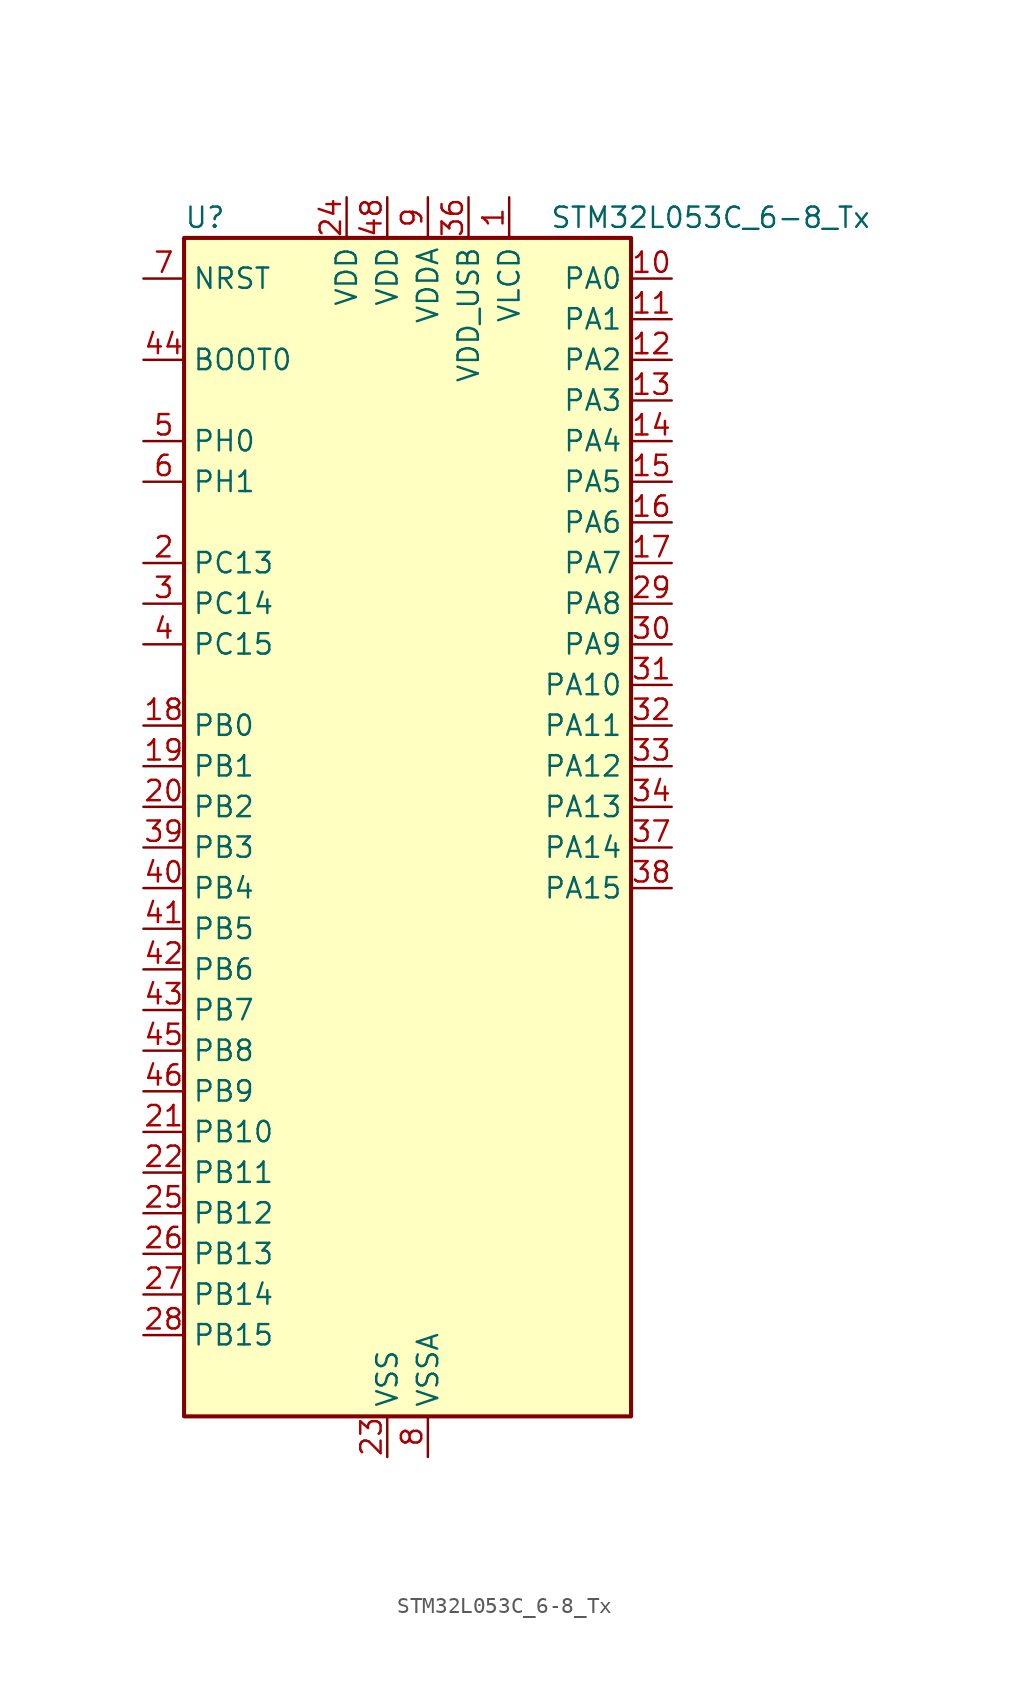
<source format=kicad_sym>
(kicad_symbol_lib
  (version 20231120)
  (generator "kicad_symbol_editor")
  (generator_version "8.0")
  (symbol "STM32L053C_6-8_Tx"
    (property "Reference" "U"
      (at -12.7 39.37 0)
      (effects (font (size 1.27 1.27)) (justify left)))
    (property "Value" "STM32L053C_6-8_Tx"
      (at 10.16 39.37 0)
      (effects (font (size 1.27 1.27)) (justify left)))
    (property "ki_locked" ""
      (at 0 0 0)
      (effects (font (size 1.27 1.27))))
    (symbol "STM32L053C_6-8_Tx_0_1"
      (rectangle (start -12.7 -35.56) (end 15.24 38.1) (stroke (width 0.254) (type default)) (fill (type background))))
    (symbol "STM32L053C_6-8_Tx_1_1"
      (pin power_in line (at 7.62 40.64 270) (length 2.54) (name "VLCD" (effects (font (size 1.27 1.27)))) (number "1" (effects (font (size 1.27 1.27)))))
      (pin bidirectional line (at 17.78 35.56 180) (length 2.54) (name "PA0" (effects (font (size 1.27 1.27)))) (number "10" (effects (font (size 1.27 1.27)))) (alternate "ADC_IN0" bidirectional line) (alternate "COMP1_INM" bidirectional line) (alternate "COMP1_OUT" bidirectional line) (alternate "RTC_TAMP2" bidirectional line) (alternate "SYS_WKUP1" bidirectional line) (alternate "TIM2_CH1" bidirectional line) (alternate "TIM2_ETR" bidirectional line) (alternate "TSC_G1_IO1" bidirectional line) (alternate "USART2_CTS" bidirectional line))
      (pin bidirectional line (at 17.78 33.02 180) (length 2.54) (name "PA1" (effects (font (size 1.27 1.27)))) (number "11" (effects (font (size 1.27 1.27)))) (alternate "ADC_IN1" bidirectional line) (alternate "COMP1_INP" bidirectional line) (alternate "LCD_SEG0" bidirectional line) (alternate "TIM21_ETR" bidirectional line) (alternate "TIM2_CH2" bidirectional line) (alternate "TSC_G1_IO2" bidirectional line) (alternate "USART2_DE" bidirectional line) (alternate "USART2_RTS" bidirectional line))
      (pin bidirectional line (at 17.78 30.48 180) (length 2.54) (name "PA2" (effects (font (size 1.27 1.27)))) (number "12" (effects (font (size 1.27 1.27)))) (alternate "ADC_IN2" bidirectional line) (alternate "COMP2_INM" bidirectional line) (alternate "COMP2_OUT" bidirectional line) (alternate "LCD_SEG1" bidirectional line) (alternate "TIM21_CH1" bidirectional line) (alternate "TIM2_CH3" bidirectional line) (alternate "TSC_G1_IO3" bidirectional line) (alternate "USART2_TX" bidirectional line))
      (pin bidirectional line (at 17.78 27.94 180) (length 2.54) (name "PA3" (effects (font (size 1.27 1.27)))) (number "13" (effects (font (size 1.27 1.27)))) (alternate "ADC_IN3" bidirectional line) (alternate "COMP2_INP" bidirectional line) (alternate "LCD_SEG2" bidirectional line) (alternate "TIM21_CH2" bidirectional line) (alternate "TIM2_CH4" bidirectional line) (alternate "TSC_G1_IO4" bidirectional line) (alternate "USART2_RX" bidirectional line))
      (pin bidirectional line (at 17.78 25.4 180) (length 2.54) (name "PA4" (effects (font (size 1.27 1.27)))) (number "14" (effects (font (size 1.27 1.27)))) (alternate "ADC_IN4" bidirectional line) (alternate "COMP1_INM" bidirectional line) (alternate "COMP2_INM" bidirectional line) (alternate "DAC_OUT1" bidirectional line) (alternate "SPI1_NSS" bidirectional line) (alternate "TIM22_ETR" bidirectional line) (alternate "TSC_G2_IO1" bidirectional line) (alternate "USART2_CK" bidirectional line))
      (pin bidirectional line (at 17.78 22.86 180) (length 2.54) (name "PA5" (effects (font (size 1.27 1.27)))) (number "15" (effects (font (size 1.27 1.27)))) (alternate "ADC_IN5" bidirectional line) (alternate "COMP1_INM" bidirectional line) (alternate "COMP2_INM" bidirectional line) (alternate "SPI1_SCK" bidirectional line) (alternate "TIM2_CH1" bidirectional line) (alternate "TIM2_ETR" bidirectional line) (alternate "TSC_G2_IO2" bidirectional line))
      (pin bidirectional line (at 17.78 20.32 180) (length 2.54) (name "PA6" (effects (font (size 1.27 1.27)))) (number "16" (effects (font (size 1.27 1.27)))) (alternate "ADC_IN6" bidirectional line) (alternate "COMP1_OUT" bidirectional line) (alternate "LCD_SEG3" bidirectional line) (alternate "LPUART1_CTS" bidirectional line) (alternate "SPI1_MISO" bidirectional line) (alternate "TIM22_CH1" bidirectional line) (alternate "TSC_G2_IO3" bidirectional line))
      (pin bidirectional line (at 17.78 17.78 180) (length 2.54) (name "PA7" (effects (font (size 1.27 1.27)))) (number "17" (effects (font (size 1.27 1.27)))) (alternate "ADC_IN7" bidirectional line) (alternate "COMP2_OUT" bidirectional line) (alternate "LCD_SEG4" bidirectional line) (alternate "SPI1_MOSI" bidirectional line) (alternate "TIM22_CH2" bidirectional line) (alternate "TSC_G2_IO4" bidirectional line))
      (pin bidirectional line (at -15.24 7.62 0) (length 2.54) (name "PB0" (effects (font (size 1.27 1.27)))) (number "18" (effects (font (size 1.27 1.27)))) (alternate "ADC_IN8" bidirectional line) (alternate "LCD_SEG5" bidirectional line) (alternate "LCD_VLCD3" bidirectional line) (alternate "SYS_VREF_OUT_PB0" bidirectional line) (alternate "TSC_G3_IO2" bidirectional line))
      (pin bidirectional line (at -15.24 5.08 0) (length 2.54) (name "PB1" (effects (font (size 1.27 1.27)))) (number "19" (effects (font (size 1.27 1.27)))) (alternate "ADC_IN9" bidirectional line) (alternate "LCD_SEG6" bidirectional line) (alternate "LPUART1_DE" bidirectional line) (alternate "LPUART1_RTS" bidirectional line) (alternate "SYS_VREF_OUT_PB1" bidirectional line) (alternate "TSC_G3_IO3" bidirectional line))
      (pin bidirectional line (at -15.24 17.78 0) (length 2.54) (name "PC13" (effects (font (size 1.27 1.27)))) (number "2" (effects (font (size 1.27 1.27)))) (alternate "RTC_OUT_ALARM" bidirectional line) (alternate "RTC_OUT_CALIB" bidirectional line) (alternate "RTC_TAMP1" bidirectional line) (alternate "RTC_TS" bidirectional line) (alternate "SYS_WKUP2" bidirectional line))
      (pin bidirectional line (at -15.24 2.54 0) (length 2.54) (name "PB2" (effects (font (size 1.27 1.27)))) (number "20" (effects (font (size 1.27 1.27)))) (alternate "LCD_VLCD2" bidirectional line) (alternate "LPTIM1_OUT" bidirectional line) (alternate "TSC_G3_IO4" bidirectional line))
      (pin bidirectional line (at -15.24 -17.78 0) (length 2.54) (name "PB10" (effects (font (size 1.27 1.27)))) (number "21" (effects (font (size 1.27 1.27)))) (alternate "I2C2_SCL" bidirectional line) (alternate "LCD_SEG10" bidirectional line) (alternate "LPUART1_TX" bidirectional line) (alternate "SPI2_SCK" bidirectional line) (alternate "TIM2_CH3" bidirectional line) (alternate "TSC_SYNC" bidirectional line))
      (pin bidirectional line (at -15.24 -20.32 0) (length 2.54) (name "PB11" (effects (font (size 1.27 1.27)))) (number "22" (effects (font (size 1.27 1.27)))) (alternate "ADC_EXTI11" bidirectional line) (alternate "I2C2_SDA" bidirectional line) (alternate "LCD_SEG11" bidirectional line) (alternate "LPUART1_RX" bidirectional line) (alternate "TIM2_CH4" bidirectional line) (alternate "TSC_G6_IO1" bidirectional line))
      (pin power_in line (at 0 -38.1 90) (length 2.54) (name "VSS" (effects (font (size 1.27 1.27)))) (number "23" (effects (font (size 1.27 1.27)))))
      (pin power_in line (at -2.54 40.64 270) (length 2.54) (name "VDD" (effects (font (size 1.27 1.27)))) (number "24" (effects (font (size 1.27 1.27)))))
      (pin bidirectional line (at -15.24 -22.86 0) (length 2.54) (name "PB12" (effects (font (size 1.27 1.27)))) (number "25" (effects (font (size 1.27 1.27)))) (alternate "I2S2_WS" bidirectional line) (alternate "LCD_SEG12" bidirectional line) (alternate "LCD_VLCD1" bidirectional line) (alternate "LPUART1_DE" bidirectional line) (alternate "LPUART1_RTS" bidirectional line) (alternate "SPI2_NSS" bidirectional line) (alternate "TSC_G6_IO2" bidirectional line))
      (pin bidirectional line (at -15.24 -25.4 0) (length 2.54) (name "PB13" (effects (font (size 1.27 1.27)))) (number "26" (effects (font (size 1.27 1.27)))) (alternate "I2C2_SCL" bidirectional line) (alternate "I2S2_CK" bidirectional line) (alternate "LCD_SEG13" bidirectional line) (alternate "LPUART1_CTS" bidirectional line) (alternate "SPI2_SCK" bidirectional line) (alternate "TIM21_CH1" bidirectional line) (alternate "TSC_G6_IO3" bidirectional line))
      (pin bidirectional line (at -15.24 -27.94 0) (length 2.54) (name "PB14" (effects (font (size 1.27 1.27)))) (number "27" (effects (font (size 1.27 1.27)))) (alternate "I2C2_SDA" bidirectional line) (alternate "I2S2_MCK" bidirectional line) (alternate "LCD_SEG14" bidirectional line) (alternate "LPUART1_DE" bidirectional line) (alternate "LPUART1_RTS" bidirectional line) (alternate "RTC_OUT_ALARM" bidirectional line) (alternate "RTC_OUT_CALIB" bidirectional line) (alternate "SPI2_MISO" bidirectional line) (alternate "TIM21_CH2" bidirectional line) (alternate "TSC_G6_IO4" bidirectional line))
      (pin bidirectional line (at -15.24 -30.48 0) (length 2.54) (name "PB15" (effects (font (size 1.27 1.27)))) (number "28" (effects (font (size 1.27 1.27)))) (alternate "I2S2_SD" bidirectional line) (alternate "LCD_SEG15" bidirectional line) (alternate "RTC_REFIN" bidirectional line) (alternate "SPI2_MOSI" bidirectional line))
      (pin bidirectional line (at 17.78 15.24 180) (length 2.54) (name "PA8" (effects (font (size 1.27 1.27)))) (number "29" (effects (font (size 1.27 1.27)))) (alternate "CRS_SYNC" bidirectional line) (alternate "LCD_COM0" bidirectional line) (alternate "RCC_MCO" bidirectional line) (alternate "USART1_CK" bidirectional line))
      (pin bidirectional line (at -15.24 15.24 0) (length 2.54) (name "PC14" (effects (font (size 1.27 1.27)))) (number "3" (effects (font (size 1.27 1.27)))) (alternate "RCC_OSC32_IN" bidirectional line))
      (pin bidirectional line (at 17.78 12.7 180) (length 2.54) (name "PA9" (effects (font (size 1.27 1.27)))) (number "30" (effects (font (size 1.27 1.27)))) (alternate "DAC_EXTI9" bidirectional line) (alternate "LCD_COM1" bidirectional line) (alternate "RCC_MCO" bidirectional line) (alternate "TSC_G4_IO1" bidirectional line) (alternate "USART1_TX" bidirectional line))
      (pin bidirectional line (at 17.78 10.16 180) (length 2.54) (name "PA10" (effects (font (size 1.27 1.27)))) (number "31" (effects (font (size 1.27 1.27)))) (alternate "LCD_COM2" bidirectional line) (alternate "TSC_G4_IO2" bidirectional line) (alternate "USART1_RX" bidirectional line))
      (pin bidirectional line (at 17.78 7.62 180) (length 2.54) (name "PA11" (effects (font (size 1.27 1.27)))) (number "32" (effects (font (size 1.27 1.27)))) (alternate "ADC_EXTI11" bidirectional line) (alternate "COMP1_OUT" bidirectional line) (alternate "SPI1_MISO" bidirectional line) (alternate "TSC_G4_IO3" bidirectional line) (alternate "USART1_CTS" bidirectional line) (alternate "USB_DM" bidirectional line))
      (pin bidirectional line (at 17.78 5.08 180) (length 2.54) (name "PA12" (effects (font (size 1.27 1.27)))) (number "33" (effects (font (size 1.27 1.27)))) (alternate "COMP2_OUT" bidirectional line) (alternate "SPI1_MOSI" bidirectional line) (alternate "TSC_G4_IO4" bidirectional line) (alternate "USART1_DE" bidirectional line) (alternate "USART1_RTS" bidirectional line) (alternate "USB_DP" bidirectional line))
      (pin bidirectional line (at 17.78 2.54 180) (length 2.54) (name "PA13" (effects (font (size 1.27 1.27)))) (number "34" (effects (font (size 1.27 1.27)))) (alternate "SYS_SWDIO" bidirectional line) (alternate "USB_NOE" bidirectional line))
      (pin passive line (at 0 -38.1 90) (length 2.54) hide (name "VSS" (effects (font (size 1.27 1.27)))) (number "35" (effects (font (size 1.27 1.27)))))
      (pin power_in line (at 5.08 40.64 270) (length 2.54) (name "VDD_USB" (effects (font (size 1.27 1.27)))) (number "36" (effects (font (size 1.27 1.27)))))
      (pin bidirectional line (at 17.78 0 180) (length 2.54) (name "PA14" (effects (font (size 1.27 1.27)))) (number "37" (effects (font (size 1.27 1.27)))) (alternate "SYS_SWCLK" bidirectional line) (alternate "USART2_TX" bidirectional line))
      (pin bidirectional line (at 17.78 -2.54 180) (length 2.54) (name "PA15" (effects (font (size 1.27 1.27)))) (number "38" (effects (font (size 1.27 1.27)))) (alternate "LCD_SEG17" bidirectional line) (alternate "SPI1_NSS" bidirectional line) (alternate "TIM2_CH1" bidirectional line) (alternate "TIM2_ETR" bidirectional line) (alternate "USART2_RX" bidirectional line))
      (pin bidirectional line (at -15.24 0 0) (length 2.54) (name "PB3" (effects (font (size 1.27 1.27)))) (number "39" (effects (font (size 1.27 1.27)))) (alternate "COMP2_INM" bidirectional line) (alternate "LCD_SEG7" bidirectional line) (alternate "SPI1_SCK" bidirectional line) (alternate "TIM2_CH2" bidirectional line) (alternate "TSC_G5_IO1" bidirectional line))
      (pin bidirectional line (at -15.24 12.7 0) (length 2.54) (name "PC15" (effects (font (size 1.27 1.27)))) (number "4" (effects (font (size 1.27 1.27)))) (alternate "RCC_OSC32_OUT" bidirectional line))
      (pin bidirectional line (at -15.24 -2.54 0) (length 2.54) (name "PB4" (effects (font (size 1.27 1.27)))) (number "40" (effects (font (size 1.27 1.27)))) (alternate "COMP2_INP" bidirectional line) (alternate "LCD_SEG8" bidirectional line) (alternate "SPI1_MISO" bidirectional line) (alternate "TIM22_CH1" bidirectional line) (alternate "TSC_G5_IO2" bidirectional line))
      (pin bidirectional line (at -15.24 -5.08 0) (length 2.54) (name "PB5" (effects (font (size 1.27 1.27)))) (number "41" (effects (font (size 1.27 1.27)))) (alternate "COMP2_INP" bidirectional line) (alternate "I2C1_SMBA" bidirectional line) (alternate "LCD_SEG9" bidirectional line) (alternate "LPTIM1_IN1" bidirectional line) (alternate "SPI1_MOSI" bidirectional line) (alternate "TIM22_CH2" bidirectional line))
      (pin bidirectional line (at -15.24 -7.62 0) (length 2.54) (name "PB6" (effects (font (size 1.27 1.27)))) (number "42" (effects (font (size 1.27 1.27)))) (alternate "COMP2_INP" bidirectional line) (alternate "I2C1_SCL" bidirectional line) (alternate "LPTIM1_ETR" bidirectional line) (alternate "TSC_G5_IO3" bidirectional line) (alternate "USART1_TX" bidirectional line))
      (pin bidirectional line (at -15.24 -10.16 0) (length 2.54) (name "PB7" (effects (font (size 1.27 1.27)))) (number "43" (effects (font (size 1.27 1.27)))) (alternate "COMP2_INP" bidirectional line) (alternate "I2C1_SDA" bidirectional line) (alternate "LPTIM1_IN2" bidirectional line) (alternate "SYS_PVD_IN" bidirectional line) (alternate "TSC_G5_IO4" bidirectional line) (alternate "USART1_RX" bidirectional line))
      (pin input line (at -15.24 30.48 0) (length 2.54) (name "BOOT0" (effects (font (size 1.27 1.27)))) (number "44" (effects (font (size 1.27 1.27)))))
      (pin bidirectional line (at -15.24 -12.7 0) (length 2.54) (name "PB8" (effects (font (size 1.27 1.27)))) (number "45" (effects (font (size 1.27 1.27)))) (alternate "I2C1_SCL" bidirectional line) (alternate "LCD_SEG16" bidirectional line) (alternate "TSC_SYNC" bidirectional line))
      (pin bidirectional line (at -15.24 -15.24 0) (length 2.54) (name "PB9" (effects (font (size 1.27 1.27)))) (number "46" (effects (font (size 1.27 1.27)))) (alternate "DAC_EXTI9" bidirectional line) (alternate "I2C1_SDA" bidirectional line) (alternate "I2S2_WS" bidirectional line) (alternate "LCD_COM3" bidirectional line) (alternate "SPI2_NSS" bidirectional line))
      (pin passive line (at 0 -38.1 90) (length 2.54) hide (name "VSS" (effects (font (size 1.27 1.27)))) (number "47" (effects (font (size 1.27 1.27)))))
      (pin power_in line (at 0 40.64 270) (length 2.54) (name "VDD" (effects (font (size 1.27 1.27)))) (number "48" (effects (font (size 1.27 1.27)))))
      (pin bidirectional line (at -15.24 25.4 0) (length 2.54) (name "PH0" (effects (font (size 1.27 1.27)))) (number "5" (effects (font (size 1.27 1.27)))) (alternate "CRS_SYNC" bidirectional line) (alternate "RCC_OSC_IN" bidirectional line))
      (pin bidirectional line (at -15.24 22.86 0) (length 2.54) (name "PH1" (effects (font (size 1.27 1.27)))) (number "6" (effects (font (size 1.27 1.27)))) (alternate "RCC_OSC_OUT" bidirectional line))
      (pin input line (at -15.24 35.56 0) (length 2.54) (name "NRST" (effects (font (size 1.27 1.27)))) (number "7" (effects (font (size 1.27 1.27)))))
      (pin power_in line (at 2.54 -38.1 90) (length 2.54) (name "VSSA" (effects (font (size 1.27 1.27)))) (number "8" (effects (font (size 1.27 1.27)))))
      (pin power_in line (at 2.54 40.64 270) (length 2.54) (name "VDDA" (effects (font (size 1.27 1.27)))) (number "9" (effects (font (size 1.27 1.27))))))))
</source>
